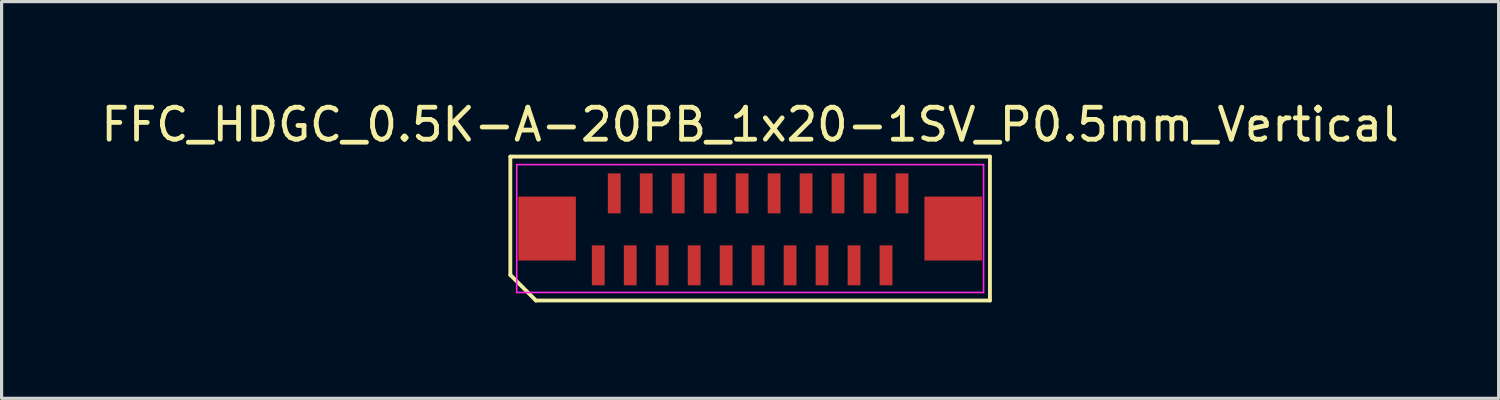
<source format=kicad_pcb>
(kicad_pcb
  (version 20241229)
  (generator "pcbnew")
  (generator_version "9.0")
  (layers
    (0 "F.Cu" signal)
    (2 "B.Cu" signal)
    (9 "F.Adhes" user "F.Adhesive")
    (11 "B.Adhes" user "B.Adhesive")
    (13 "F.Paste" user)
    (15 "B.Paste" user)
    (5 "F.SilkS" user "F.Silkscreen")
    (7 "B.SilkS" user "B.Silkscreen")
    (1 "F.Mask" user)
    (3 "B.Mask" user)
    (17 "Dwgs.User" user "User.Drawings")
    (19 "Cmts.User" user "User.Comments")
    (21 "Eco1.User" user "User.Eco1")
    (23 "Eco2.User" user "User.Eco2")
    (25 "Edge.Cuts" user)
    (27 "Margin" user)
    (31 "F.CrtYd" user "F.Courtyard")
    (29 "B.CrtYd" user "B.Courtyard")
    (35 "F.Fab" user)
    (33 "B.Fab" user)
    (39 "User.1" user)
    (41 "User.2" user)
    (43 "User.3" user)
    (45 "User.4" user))
  (footprint "FFC_HDGC_0.5K-A-20PB_1x20-1SV_P0.5mm_Vertical"
    (layer "F.Cu")
    (at 20.411 4.098)
    (property "Reference" "FFC_HDGC_0.5K-A-20PB_1x20-1SV_P0.5mm_Vertical" (at 0 -3.25 180) (layer "F.SilkS") (effects (font (size 1 1) (thickness 0.15))))
    (attr smd)
    (fp_line (start -7.5 -2.25) (end 7.5 -2.25) (stroke (width 0.12) (type default)) (layer "F.SilkS"))
    (fp_line (start -7.5 1.45) (end -7.5 -2.25) (stroke (width 0.12) (type default)) (layer "F.SilkS"))
    (fp_line (start -6.7 2.25) (end -7.5 1.45) (stroke (width 0.12) (type default)) (layer "F.SilkS"))
    (fp_line (start 7.5 -2.25) (end 7.5 2.25) (stroke (width 0.12) (type default)) (layer "F.SilkS"))
    (fp_line (start 7.5 2.25) (end -6.7 2.25) (stroke (width 0.12) (type default)) (layer "F.SilkS"))
    (fp_line (start -7.3 -2) (end 7.3 -2) (stroke (width 0.05) (type default)) (layer "F.CrtYd"))
    (fp_line (start -7.3 2) (end -7.3 -2) (stroke (width 0.05) (type default)) (layer "F.CrtYd"))
    (fp_line (start 7.3 -2) (end 7.3 2) (stroke (width 0.05) (type default)) (layer "F.CrtYd"))
    (fp_line (start 7.3 2) (end -7.3 2) (stroke (width 0.05) (type default)) (layer "F.CrtYd"))
    (pad "1" smd rect (at -4.75 1.15) (size 0.4 1.25) (layers "F.Cu" "F.Mask" "F.Paste"))
    (pad "2" smd rect (at -4.25 -1.1) (size 0.4 1.25) (layers "F.Cu" "F.Mask" "F.Paste"))
    (pad "3" smd rect (at -3.75 1.15) (size 0.4 1.25) (layers "F.Cu" "F.Mask" "F.Paste"))
    (pad "4" smd rect (at -3.25 -1.1) (size 0.4 1.25) (layers "F.Cu" "F.Mask" "F.Paste"))
    (pad "5" smd rect (at -2.75 1.15) (size 0.4 1.25) (layers "F.Cu" "F.Mask" "F.Paste"))
    (pad "6" smd rect (at -2.25 -1.1) (size 0.4 1.25) (layers "F.Cu" "F.Mask" "F.Paste"))
    (pad "7" smd rect (at -1.75 1.15) (size 0.4 1.25) (layers "F.Cu" "F.Mask" "F.Paste"))
    (pad "8" smd rect (at -1.25 -1.1) (size 0.4 1.25) (layers "F.Cu" "F.Mask" "F.Paste"))
    (pad "9" smd rect (at -0.75 1.15) (size 0.4 1.25) (layers "F.Cu" "F.Mask" "F.Paste"))
    (pad "10" smd rect (at -0.25 -1.1) (size 0.4 1.25) (layers "F.Cu" "F.Mask" "F.Paste"))
    (pad "11" smd rect (at 0.25 1.15) (size 0.4 1.25) (layers "F.Cu" "F.Mask" "F.Paste"))
    (pad "12" smd rect (at 0.75 -1.1) (size 0.4 1.25) (layers "F.Cu" "F.Mask" "F.Paste"))
    (pad "13" smd rect (at 1.25 1.15) (size 0.4 1.25) (layers "F.Cu" "F.Mask" "F.Paste"))
    (pad "14" smd rect (at 1.75 -1.1) (size 0.4 1.25) (layers "F.Cu" "F.Mask" "F.Paste"))
    (pad "15" smd rect (at 2.25 1.15) (size 0.4 1.25) (layers "F.Cu" "F.Mask" "F.Paste"))
    (pad "16" smd rect (at 2.75 -1.1) (size 0.4 1.25) (layers "F.Cu" "F.Mask" "F.Paste"))
    (pad "17" smd rect (at 3.25 1.15) (size 0.4 1.25) (layers "F.Cu" "F.Mask" "F.Paste"))
    (pad "18" smd rect (at 3.75 -1.1) (size 0.4 1.25) (layers "F.Cu" "F.Mask" "F.Paste"))
    (pad "19" smd rect (at 4.25 1.15) (size 0.4 1.25) (layers "F.Cu" "F.Mask" "F.Paste"))
    (pad "20" smd rect (at 4.75 -1.1) (size 0.4 1.25) (layers "F.Cu" "F.Mask" "F.Paste"))
    (pad "MP" smd rect (at -6.35 0) (size 1.8 2) (layers "F.Cu" "F.Mask" "F.Paste"))
    (pad "MP" smd rect (at 6.35 0) (size 1.8 2) (layers "F.Cu" "F.Mask" "F.Paste")))
  (gr_rect
    (start -3 -3)
    (end 43.821 9.408)
    (stroke (width 0.1) (type default))
    (fill no)
    (layer "Edge.Cuts")))
</source>
